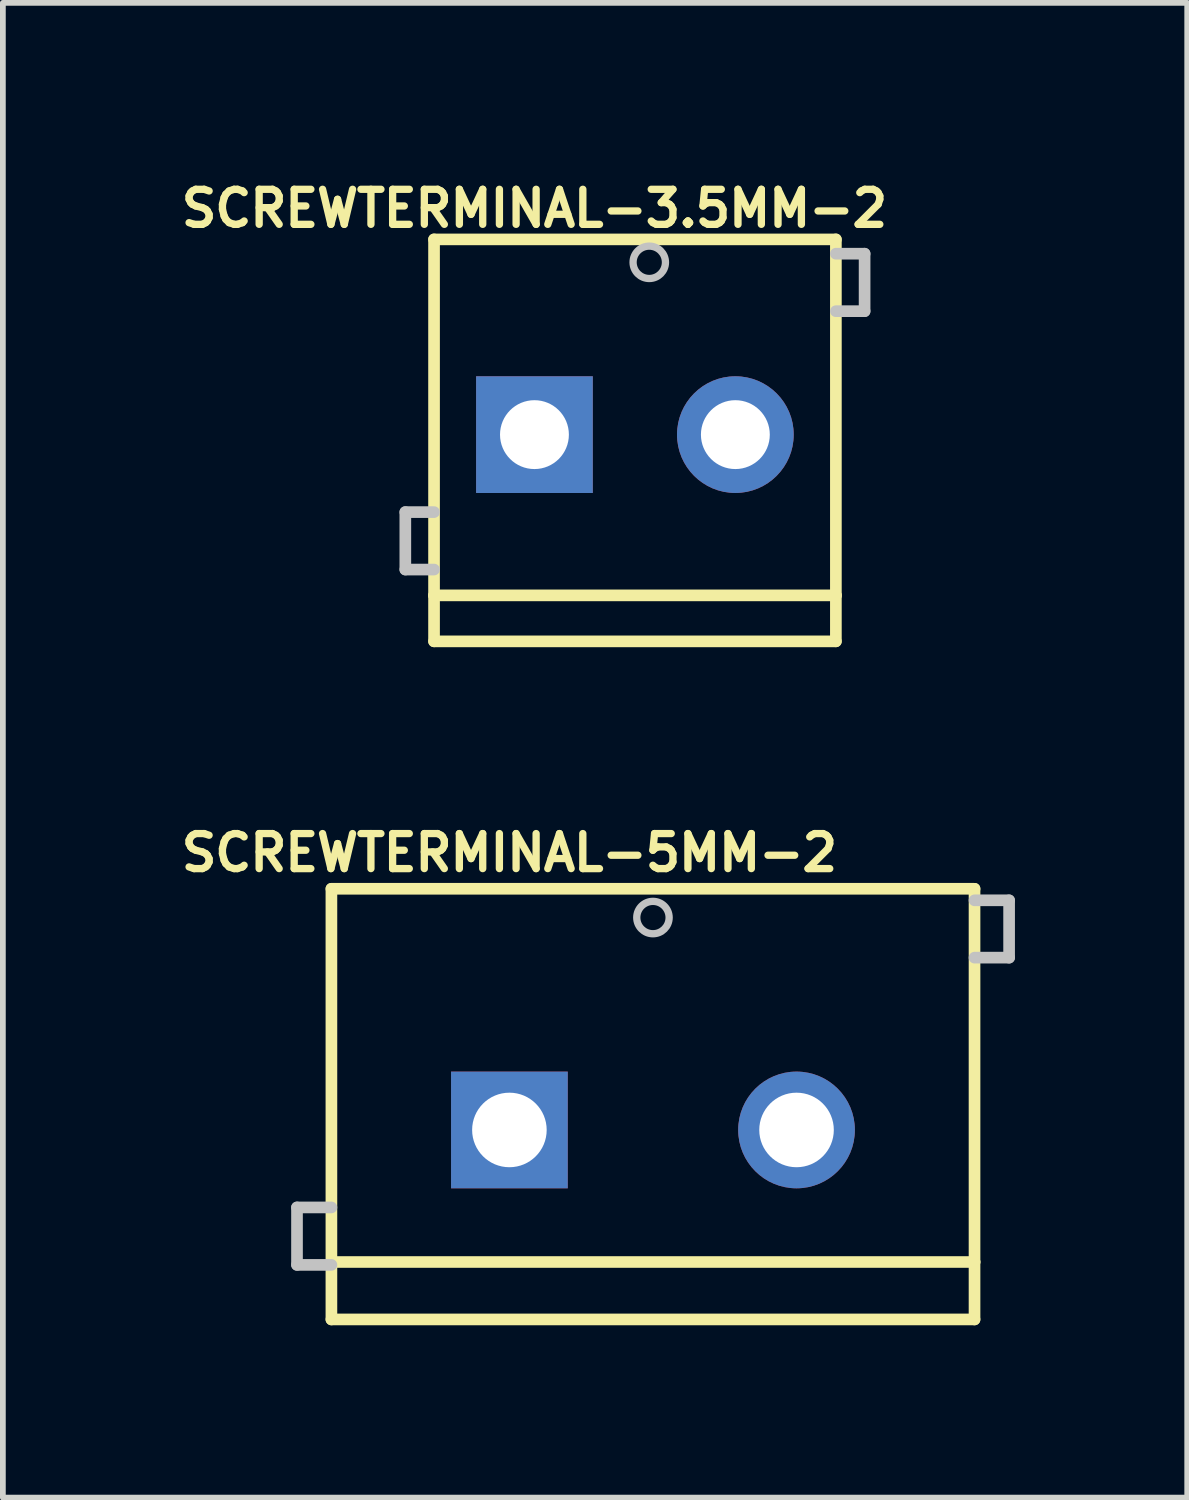
<source format=kicad_pcb>
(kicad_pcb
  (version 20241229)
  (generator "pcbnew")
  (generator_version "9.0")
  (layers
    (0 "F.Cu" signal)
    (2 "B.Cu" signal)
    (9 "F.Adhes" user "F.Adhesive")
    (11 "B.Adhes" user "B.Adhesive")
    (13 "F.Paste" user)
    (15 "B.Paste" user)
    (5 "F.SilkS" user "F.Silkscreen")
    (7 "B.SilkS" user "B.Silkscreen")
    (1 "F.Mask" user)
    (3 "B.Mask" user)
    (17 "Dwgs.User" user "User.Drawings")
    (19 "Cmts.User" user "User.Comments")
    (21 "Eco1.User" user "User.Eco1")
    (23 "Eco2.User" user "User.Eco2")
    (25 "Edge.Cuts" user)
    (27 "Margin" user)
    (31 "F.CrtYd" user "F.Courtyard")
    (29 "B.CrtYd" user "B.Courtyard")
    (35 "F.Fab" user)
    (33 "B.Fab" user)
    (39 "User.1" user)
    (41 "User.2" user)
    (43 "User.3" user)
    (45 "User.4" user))
  (footprint "SCREWTERMINAL-5MM-2"
    (layer "F.Cu")
    (at 5.819 16.623)
    (property "Reference" "SCREWTERMINAL-5MM-2" (at 0 -4.826 0) (layer "F.SilkS") (effects (font (size 0.61 0.61) (thickness 0.127))))
    (attr exclude_from_pos_files exclude_from_bom)
    (fp_line (start -3.099 -4.199) (end 8.098 -4.199) (stroke (width 0.203) (type solid)) (layer "F.SilkS"))
    (fp_line (start -3.099 2.299) (end -3.099 -4.199) (stroke (width 0.203) (type solid)) (layer "F.SilkS"))
    (fp_line (start -3.099 3.299) (end -3.099 2.299) (stroke (width 0.203) (type solid)) (layer "F.SilkS"))
    (fp_line (start 8.098 -4.199) (end 8.098 2.299) (stroke (width 0.203) (type solid)) (layer "F.SilkS"))
    (fp_line (start 8.098 2.299) (end -3.099 2.299) (stroke (width 0.203) (type solid)) (layer "F.SilkS"))
    (fp_line (start 8.098 2.299) (end 8.098 3.299) (stroke (width 0.203) (type solid)) (layer "F.SilkS"))
    (fp_line (start 8.098 3.299) (end -3.099 3.299) (stroke (width 0.203) (type solid)) (layer "F.SilkS"))
    (fp_line (start -3.698 1.349) (end -3.698 2.349) (stroke (width 0.203) (type solid)) (layer "Dwgs.User"))
    (fp_line (start -3.698 2.349) (end -3.099 2.349) (stroke (width 0.203) (type solid)) (layer "Dwgs.User"))
    (fp_line (start -3.099 1.349) (end -3.698 1.349) (stroke (width 0.203) (type solid)) (layer "Dwgs.User"))
    (fp_line (start 8.098 -3.998) (end 8.7 -3.998) (stroke (width 0.203) (type solid)) (layer "Dwgs.User"))
    (fp_line (start 8.7 -3.998) (end 8.7 -3) (stroke (width 0.203) (type solid)) (layer "Dwgs.User"))
    (fp_line (start 8.7 -3) (end 8.098 -3) (stroke (width 0.203) (type solid)) (layer "Dwgs.User"))
    (fp_circle (center 2.499 -3.698) (end 2.499 -3.98) (stroke (width 0.127) (type solid)) (fill no) (layer "Dwgs.User"))
    (pad "1" thru_hole rect (at 0 0) (size 2.032 2.032) (drill 1.298) (layers "*.Cu" "*.Mask"))
    (pad "2" thru_hole circle (at 4.999 0) (size 2.032 2.032) (drill 1.298) (layers "*.Cu" "*.Mask")))
  (footprint "SCREWTERMINAL-3.5MM-2"
    (layer "F.Cu")
    (at 6.255 4.517)
    (property "Reference" "SCREWTERMINAL-3.5MM-2" (at 0 -3.937 180) (layer "F.SilkS") (effects (font (size 0.61 0.61) (thickness 0.127))))
    (attr exclude_from_pos_files exclude_from_bom)
    (fp_line (start -1.748 -3.399) (end 5.248 -3.399) (stroke (width 0.203) (type solid)) (layer "F.SilkS"))
    (fp_line (start -1.748 2.799) (end -1.748 -3.399) (stroke (width 0.203) (type solid)) (layer "F.SilkS"))
    (fp_line (start -1.748 3.599) (end -1.748 2.799) (stroke (width 0.203) (type solid)) (layer "F.SilkS"))
    (fp_line (start 5.248 -3.399) (end 5.248 2.799) (stroke (width 0.203) (type solid)) (layer "F.SilkS"))
    (fp_line (start 5.248 2.799) (end -1.748 2.799) (stroke (width 0.203) (type solid)) (layer "F.SilkS"))
    (fp_line (start 5.248 2.799) (end 5.248 3.599) (stroke (width 0.203) (type solid)) (layer "F.SilkS"))
    (fp_line (start 5.248 3.599) (end -1.748 3.599) (stroke (width 0.203) (type solid)) (layer "F.SilkS"))
    (fp_line (start -2.248 1.349) (end -2.248 2.349) (stroke (width 0.203) (type solid)) (layer "Dwgs.User"))
    (fp_line (start -2.248 2.349) (end -1.748 2.349) (stroke (width 0.203) (type solid)) (layer "Dwgs.User"))
    (fp_line (start -1.748 1.349) (end -2.248 1.349) (stroke (width 0.203) (type solid)) (layer "Dwgs.User"))
    (fp_line (start 5.248 -3.15) (end 5.748 -3.15) (stroke (width 0.203) (type solid)) (layer "Dwgs.User"))
    (fp_line (start 5.748 -3.15) (end 5.748 -2.149) (stroke (width 0.203) (type solid)) (layer "Dwgs.User"))
    (fp_line (start 5.748 -2.149) (end 5.248 -2.149) (stroke (width 0.203) (type solid)) (layer "Dwgs.User"))
    (fp_circle (center 1.999 -3) (end 1.999 -3.282) (stroke (width 0.127) (type solid)) (fill no) (layer "Dwgs.User"))
    (pad "1" thru_hole rect (at 0 0) (size 2.032 2.032) (drill 1.199) (layers "*.Cu" "*.Mask"))
    (pad "2" thru_hole circle (at 3.498 0) (size 2.032 2.032) (drill 1.199) (layers "*.Cu" "*.Mask")))
  (gr_rect
    (start -3 -3)
    (end 17.62 23.024)
    (stroke (width 0.1) (type default))
    (fill no)
    (layer "Edge.Cuts")))
</source>
